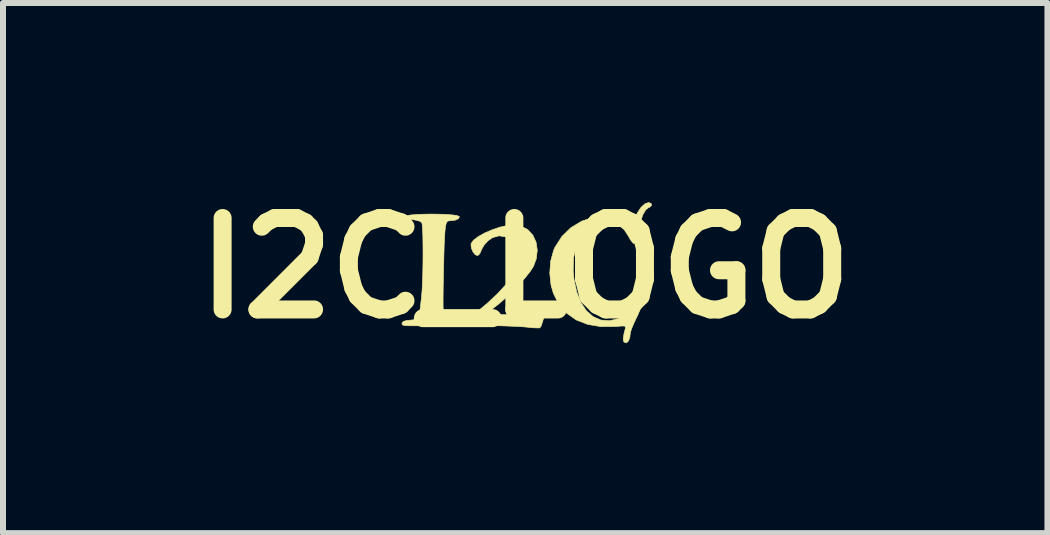
<source format=kicad_pcb>
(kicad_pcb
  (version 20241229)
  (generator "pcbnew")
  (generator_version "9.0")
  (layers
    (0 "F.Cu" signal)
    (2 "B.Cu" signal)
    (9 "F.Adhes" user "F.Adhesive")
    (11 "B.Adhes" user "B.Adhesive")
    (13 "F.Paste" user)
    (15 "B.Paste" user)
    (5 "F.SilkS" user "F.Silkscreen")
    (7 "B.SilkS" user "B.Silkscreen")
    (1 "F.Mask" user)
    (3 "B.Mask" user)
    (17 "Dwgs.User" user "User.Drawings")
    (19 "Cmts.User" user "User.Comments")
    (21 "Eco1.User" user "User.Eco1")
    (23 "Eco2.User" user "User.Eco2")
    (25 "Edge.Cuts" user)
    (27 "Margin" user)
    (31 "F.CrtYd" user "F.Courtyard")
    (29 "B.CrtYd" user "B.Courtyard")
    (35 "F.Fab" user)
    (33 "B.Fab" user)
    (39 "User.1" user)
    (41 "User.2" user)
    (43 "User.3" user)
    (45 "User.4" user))
  (footprint "I2C_LOGO"
    (layer "F.Cu")
    (at 5.704 1.418)
    (property "Reference" "I2C_LOGO" (at 0 0 0) (layer "F.SilkS") (effects (font (size 1.524 1.524) (thickness 0.3))))
    (attr through_hole)
    (fp_poly (pts (xy -1.429 -0.898) (xy -1.307 -0.893) (xy -1.205 -0.885) (xy -1.132 -0.874) (xy -1.098 -0.859) (xy -1.097 -0.857) (xy -1.113 -0.823) (xy -1.169 -0.798) (xy -1.254 -0.788) (xy -1.261 -0.788) (xy -1.283 -0.785) (xy -1.301 -0.773) (xy -1.316 -0.748) (xy -1.327 -0.703) (xy -1.336 -0.635) (xy -1.343 -0.538) (xy -1.35 -0.408) (xy -1.355 -0.239) (xy -1.36 -0.026) (xy -1.363 0.084) (xy -1.367 0.31) (xy -1.369 0.49) (xy -1.369 0.626) (xy -1.366 0.724) (xy -1.36 0.786) (xy -1.351 0.817) (xy -1.349 0.82) (xy -1.308 0.839) (xy -1.236 0.856) (xy -1.187 0.863) (xy -1.102 0.877) (xy -1.061 0.897) (xy -1.054 0.914) (xy -1.061 0.928) (xy -1.084 0.938) (xy -1.131 0.945) (xy -1.208 0.951) (xy -1.32 0.955) (xy -1.474 0.958) (xy -1.558 0.959) (xy -1.73 0.961) (xy -1.857 0.962) (xy -1.947 0.961) (xy -2.005 0.957) (xy -2.038 0.95) (xy -2.052 0.939) (xy -2.053 0.925) (xy -2.053 0.921) (xy -2.034 0.891) (xy -1.983 0.875) (xy -1.923 0.869) (xy -1.862 0.862) (xy -1.819 0.847) (xy -1.788 0.815) (xy -1.767 0.759) (xy -1.75 0.67) (xy -1.735 0.542) (xy -1.728 0.481) (xy -1.719 0.371) (xy -1.712 0.234) (xy -1.707 0.08) (xy -1.704 -0.083) (xy -1.703 -0.246) (xy -1.704 -0.4) (xy -1.706 -0.537) (xy -1.711 -0.649) (xy -1.717 -0.726) (xy -1.725 -0.759) (xy -1.761 -0.782) (xy -1.83 -0.8) (xy -1.878 -0.807) (xy -1.958 -0.819) (xy -1.996 -0.836) (xy -2.001 -0.858) (xy -1.974 -0.873) (xy -1.907 -0.885) (xy -1.808 -0.893) (xy -1.689 -0.898) (xy -1.559 -0.9) (xy -1.429 -0.898)) (stroke (width 0.01) (type solid)) (fill yes) (layer "F.SilkS"))
    (fp_poly (pts (xy 2.099 -1.077) (xy 2.105 -1.045) (xy 2.075 -1.015) (xy 2.057 -1.009) (xy 2.009 -0.972) (xy 1.962 -0.892) (xy 1.92 -0.777) (xy 1.885 -0.635) (xy 1.877 -0.589) (xy 1.856 -0.488) (xy 1.834 -0.425) (xy 1.815 -0.406) (xy 1.787 -0.427) (xy 1.748 -0.481) (xy 1.724 -0.526) (xy 1.65 -0.64) (xy 1.562 -0.712) (xy 1.446 -0.749) (xy 1.387 -0.757) (xy 1.263 -0.761) (xy 1.17 -0.745) (xy 1.089 -0.704) (xy 1.016 -0.645) (xy 0.916 -0.521) (xy 0.845 -0.361) (xy 0.806 -0.17) (xy 0.8 0.046) (xy 0.813 0.185) (xy 0.858 0.398) (xy 0.928 0.575) (xy 1.021 0.713) (xy 1.134 0.811) (xy 1.263 0.867) (xy 1.406 0.878) (xy 1.561 0.841) (xy 1.628 0.811) (xy 1.679 0.781) (xy 1.731 0.739) (xy 1.791 0.676) (xy 1.87 0.585) (xy 1.912 0.534) (xy 1.936 0.513) (xy 1.948 0.535) (xy 1.952 0.556) (xy 1.944 0.606) (xy 1.917 0.687) (xy 1.875 0.786) (xy 1.856 0.824) (xy 1.81 0.922) (xy 1.774 1.007) (xy 1.755 1.067) (xy 1.752 1.081) (xy 1.742 1.163) (xy 1.717 1.221) (xy 1.684 1.247) (xy 1.649 1.234) (xy 1.639 1.22) (xy 1.633 1.177) (xy 1.647 1.092) (xy 1.669 1.006) (xy 1.672 0.981) (xy 1.658 0.968) (xy 1.616 0.965) (xy 1.536 0.971) (xy 1.508 0.973) (xy 1.262 0.976) (xy 1.042 0.939) (xy 0.85 0.864) (xy 0.689 0.751) (xy 0.561 0.604) (xy 0.47 0.423) (xy 0.43 0.282) (xy 0.409 0.084) (xy 0.424 -0.115) (xy 0.474 -0.297) (xy 0.496 -0.347) (xy 0.612 -0.528) (xy 0.761 -0.673) (xy 0.942 -0.782) (xy 1.152 -0.851) (xy 1.386 -0.881) (xy 1.612 -0.872) (xy 1.833 -0.848) (xy 1.87 -0.921) (xy 1.932 -1.014) (xy 2 -1.074) (xy 2.057 -1.092) (xy 2.099 -1.077)) (stroke (width 0.01) (type solid)) (fill yes) (layer "F.SilkS"))
    (fp_poly (pts (xy -0.069 -0.699) (xy 0.043 -0.64) (xy 0.127 -0.548) (xy 0.181 -0.431) (xy 0.201 -0.297) (xy 0.183 -0.151) (xy 0.136 -0.027) (xy 0.085 0.053) (xy 0.003 0.157) (xy -0.1 0.273) (xy -0.216 0.392) (xy -0.335 0.505) (xy -0.448 0.603) (xy -0.489 0.635) (xy -0.553 0.685) (xy -0.597 0.725) (xy -0.609 0.741) (xy -0.586 0.754) (xy -0.524 0.765) (xy -0.434 0.773) (xy -0.327 0.777) (xy -0.214 0.778) (xy -0.108 0.775) (xy -0.019 0.767) (xy -0.011 0.766) (xy 0.092 0.746) (xy 0.16 0.722) (xy 0.211 0.685) (xy 0.235 0.661) (xy 0.293 0.606) (xy 0.335 0.584) (xy 0.355 0.599) (xy 0.356 0.606) (xy 0.349 0.662) (xy 0.332 0.741) (xy 0.309 0.829) (xy 0.284 0.91) (xy 0.262 0.971) (xy 0.245 0.996) (xy 0.207 0.998) (xy 0.133 0.995) (xy 0.041 0.986) (xy 0.038 0.985) (xy -0.05 0.978) (xy -0.175 0.971) (xy -0.323 0.965) (xy -0.482 0.96) (xy -0.565 0.959) (xy -0.724 0.956) (xy -0.839 0.952) (xy -0.916 0.946) (xy -0.963 0.938) (xy -0.985 0.927) (xy -0.99 0.914) (xy -0.971 0.883) (xy -0.92 0.83) (xy -0.847 0.765) (xy -0.806 0.732) (xy -0.625 0.581) (xy -0.464 0.43) (xy -0.328 0.282) (xy -0.22 0.144) (xy -0.144 0.02) (xy -0.106 -0.085) (xy -0.102 -0.124) (xy -0.122 -0.262) (xy -0.179 -0.389) (xy -0.231 -0.456) (xy -0.327 -0.52) (xy -0.434 -0.538) (xy -0.543 -0.508) (xy -0.621 -0.455) (xy -0.681 -0.389) (xy -0.724 -0.318) (xy -0.732 -0.296) (xy -0.758 -0.238) (xy -0.792 -0.208) (xy -0.794 -0.208) (xy -0.834 -0.223) (xy -0.871 -0.271) (xy -0.898 -0.334) (xy -0.904 -0.396) (xy -0.901 -0.41) (xy -0.861 -0.465) (xy -0.782 -0.525) (xy -0.675 -0.585) (xy -0.551 -0.638) (xy -0.421 -0.682) (xy -0.295 -0.71) (xy -0.205 -0.719) (xy -0.069 -0.699)) (stroke (width 0.01) (type solid)) (fill yes) (layer "F.SilkS")))
  (gr_rect
    (start -3 -3)
    (end 14.408 5.836)
    (stroke (width 0.1) (type default))
    (fill no)
    (layer "Edge.Cuts")))
</source>
